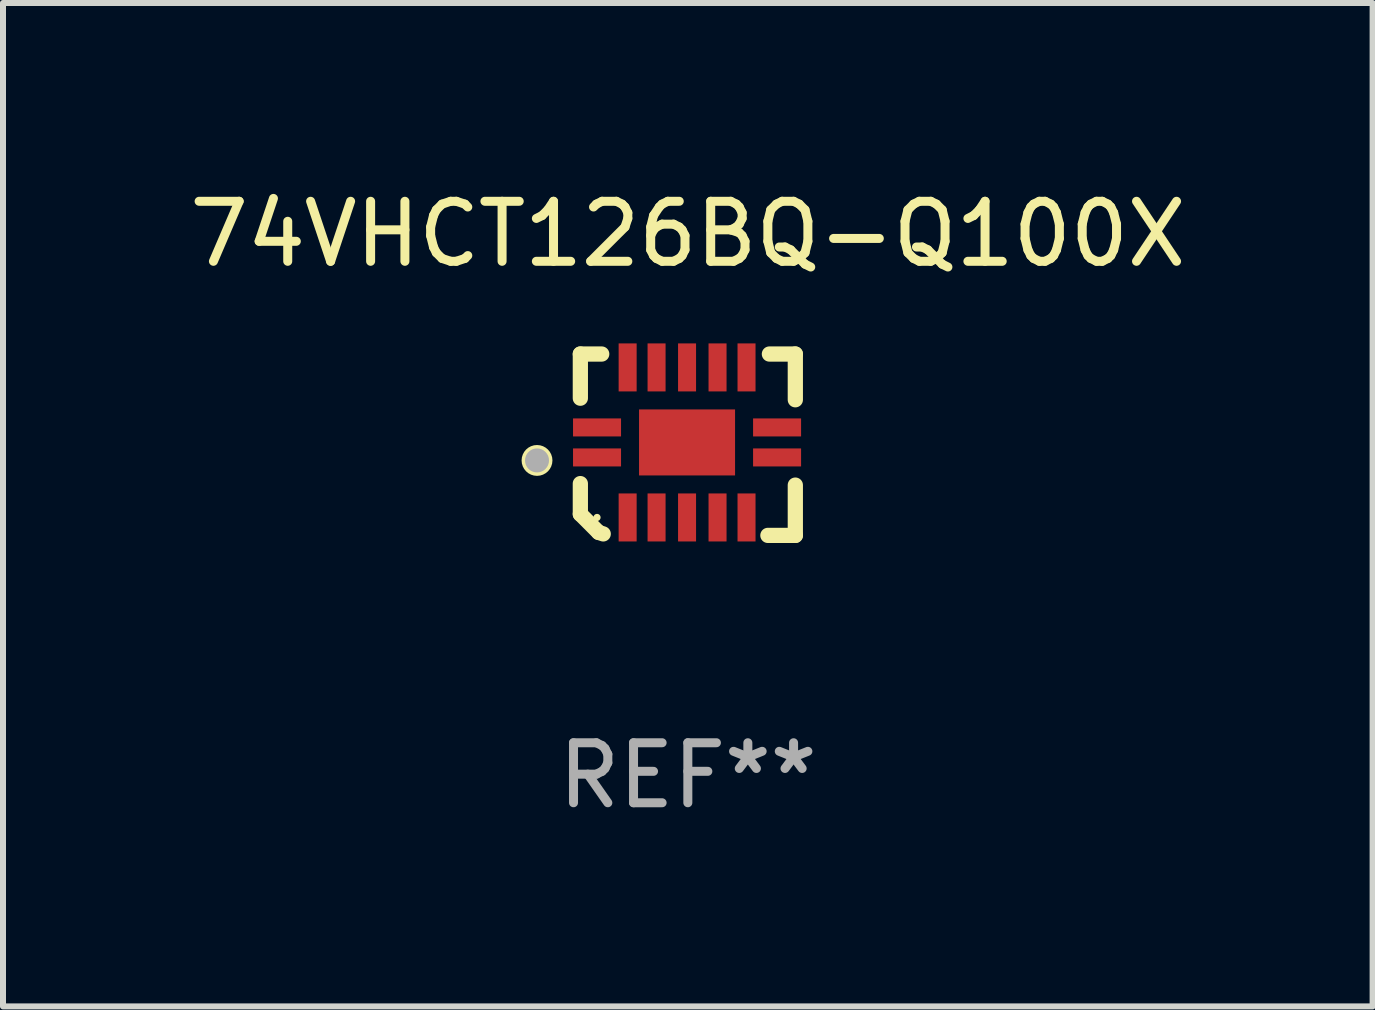
<source format=kicad_pcb>
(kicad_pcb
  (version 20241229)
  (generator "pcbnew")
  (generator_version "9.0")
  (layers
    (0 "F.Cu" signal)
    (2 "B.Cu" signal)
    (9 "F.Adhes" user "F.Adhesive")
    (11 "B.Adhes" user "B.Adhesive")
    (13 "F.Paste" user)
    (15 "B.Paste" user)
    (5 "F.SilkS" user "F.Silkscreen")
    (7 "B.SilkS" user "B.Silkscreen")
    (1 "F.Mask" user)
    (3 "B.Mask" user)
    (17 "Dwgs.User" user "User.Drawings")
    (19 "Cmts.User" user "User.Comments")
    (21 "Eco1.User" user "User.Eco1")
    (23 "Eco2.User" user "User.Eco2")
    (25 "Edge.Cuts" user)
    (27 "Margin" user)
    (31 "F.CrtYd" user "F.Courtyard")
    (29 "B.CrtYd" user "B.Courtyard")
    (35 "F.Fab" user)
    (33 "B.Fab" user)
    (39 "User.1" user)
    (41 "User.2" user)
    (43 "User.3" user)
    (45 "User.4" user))
  (footprint "74VHCT126BQ-Q100X"
    (layer "F.Cu")
    (at 8.411 4.36)
    (property "Reference" "74VHCT126BQ-Q100X" (at 0 -3.511 0) (layer "F.SilkS") (effects (font (size 1 1) (thickness 0.15))))
    (attr through_hole)
    (fp_line (start -1.791 -1.511) (end -1.435 -1.511) (stroke (width 0.254) (type solid)) (layer "F.SilkS"))
    (fp_line (start -1.791 -0.775) (end -1.791 -1.511) (stroke (width 0.254) (type solid)) (layer "F.SilkS"))
    (fp_line (start -1.791 1.156) (end -1.791 0.648) (stroke (width 0.254) (type solid)) (layer "F.SilkS"))
    (fp_line (start -1.486 1.461) (end -1.791 1.156) (stroke (width 0.254) (type solid)) (layer "F.SilkS"))
    (fp_line (start -1.41 1.486) (end -1.486 1.461) (stroke (width 0.254) (type solid)) (layer "F.SilkS"))
    (fp_line (start 1.334 1.511) (end 1.791 1.511) (stroke (width 0.254) (type solid)) (layer "F.SilkS"))
    (fp_line (start 1.791 -1.511) (end 1.359 -1.511) (stroke (width 0.254) (type solid)) (layer "F.SilkS"))
    (fp_line (start 1.791 -0.749) (end 1.791 -1.511) (stroke (width 0.254) (type solid)) (layer "F.SilkS"))
    (fp_line (start 1.791 1.511) (end 1.791 0.673) (stroke (width 0.254) (type solid)) (layer "F.SilkS"))
    (fp_circle (center -2.513 0.262) (end -2.383 0.262) (stroke (width 0.254) (type solid)) (fill no) (layer "F.SilkS"))
    (fp_circle (center -1.513 1.212) (end -1.483 1.212) (stroke (width 0.06) (type solid)) (fill no) (layer "F.SilkS"))
    (fp_circle (center -2.513 0.262) (end -2.413 0.262) (stroke (width 0.2) (type solid)) (fill no) (layer "F.Fab"))
    (fp_text user "REF**" (at 0 5.511 0) (layer "F.Fab") (effects (font (size 1 1) (thickness 0.15))))
    (pad "1" smd rect (at -1.513 0.212) (size 0.8 0.3) (layers "F.Cu" "F.Mask" "F.Paste"))
    (pad "2" smd rect (at -1.003 1.212) (size 0.3 0.8) (layers "F.Cu" "F.Mask" "F.Paste"))
    (pad "3" smd rect (at -0.521 1.212) (size 0.3 0.8) (layers "F.Cu" "F.Mask" "F.Paste"))
    (pad "4" smd rect (at -0.013 1.212) (size 0.3 0.8) (layers "F.Cu" "F.Mask" "F.Paste"))
    (pad "5" smd rect (at 0.495 1.212) (size 0.3 0.8) (layers "F.Cu" "F.Mask" "F.Paste"))
    (pad "6" smd rect (at 0.978 1.212) (size 0.3 0.8) (layers "F.Cu" "F.Mask" "F.Paste"))
    (pad "7" smd rect (at 1.487 0.212) (size 0.8 0.3) (layers "F.Cu" "F.Mask" "F.Paste"))
    (pad "8" smd rect (at 1.487 -0.288) (size 0.8 0.3) (layers "F.Cu" "F.Mask" "F.Paste"))
    (pad "9" smd rect (at 0.978 -1.288) (size 0.3 0.8) (layers "F.Cu" "F.Mask" "F.Paste"))
    (pad "10" smd rect (at 0.495 -1.288) (size 0.3 0.8) (layers "F.Cu" "F.Mask" "F.Paste"))
    (pad "11" smd rect (at -0.013 -1.288) (size 0.3 0.8) (layers "F.Cu" "F.Mask" "F.Paste"))
    (pad "12" smd rect (at -0.521 -1.288) (size 0.3 0.8) (layers "F.Cu" "F.Mask" "F.Paste"))
    (pad "13" smd rect (at -1.003 -1.288) (size 0.3 0.8) (layers "F.Cu" "F.Mask" "F.Paste"))
    (pad "14" smd rect (at -1.513 -0.288) (size 0.8 0.3) (layers "F.Cu" "F.Mask" "F.Paste"))
    (pad "15" smd rect (at -0.013 -0.038 90) (size 1.1 1.6) (layers "F.Cu" "F.Mask" "F.Paste")))
  (gr_rect
    (start -3 -3)
    (end 19.821 13.719)
    (stroke (width 0.1) (type default))
    (fill no)
    (layer "Edge.Cuts")))
</source>
